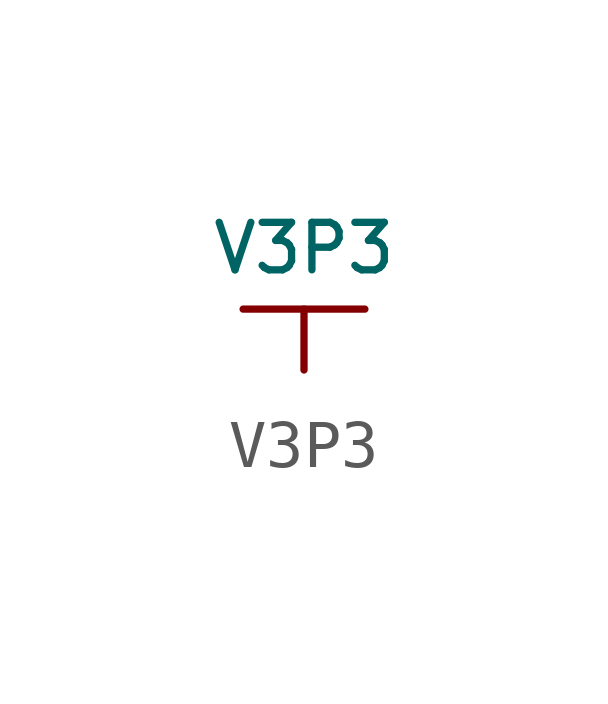
<source format=kicad_sym>
(kicad_symbol_lib
  (version 20220914)
  (generator kicad_symbol_editor)
  (symbol "V3P3"
    (power)
    (pin_numbers hide)
    (pin_names
      (offset 0) hide)
    (property "Reference" "#PWR"
      (at 0 -2.54 0)
      (effects (font (size 1.524 1.524)) hide))
    (property "Value" "V3P3"
      (at 0 1.27 0)
      (effects (font (size 0.991 0.991))))
    (property "Footprint" ""
      (at 0 0 0)
      (effects (font (size 1.524 1.524))))
    (property "Datasheet" ""
      (at 0 0 0)
      (effects (font (size 1.524 1.524))))
    (symbol "V3P3_0_1"
      (polyline (pts (xy -1.27 0) (xy 1.27 0)) (stroke (width 0) (type default)) (fill (type none))))
    (symbol "V3P3_1_1"
      (pin power_in line (at 0 -1.27 90) (length 1.27) (name "V3P3" (effects (font (size 1.27 1.27)))) (number "1" (effects (font (size 1.27 1.27))))))))
</source>
